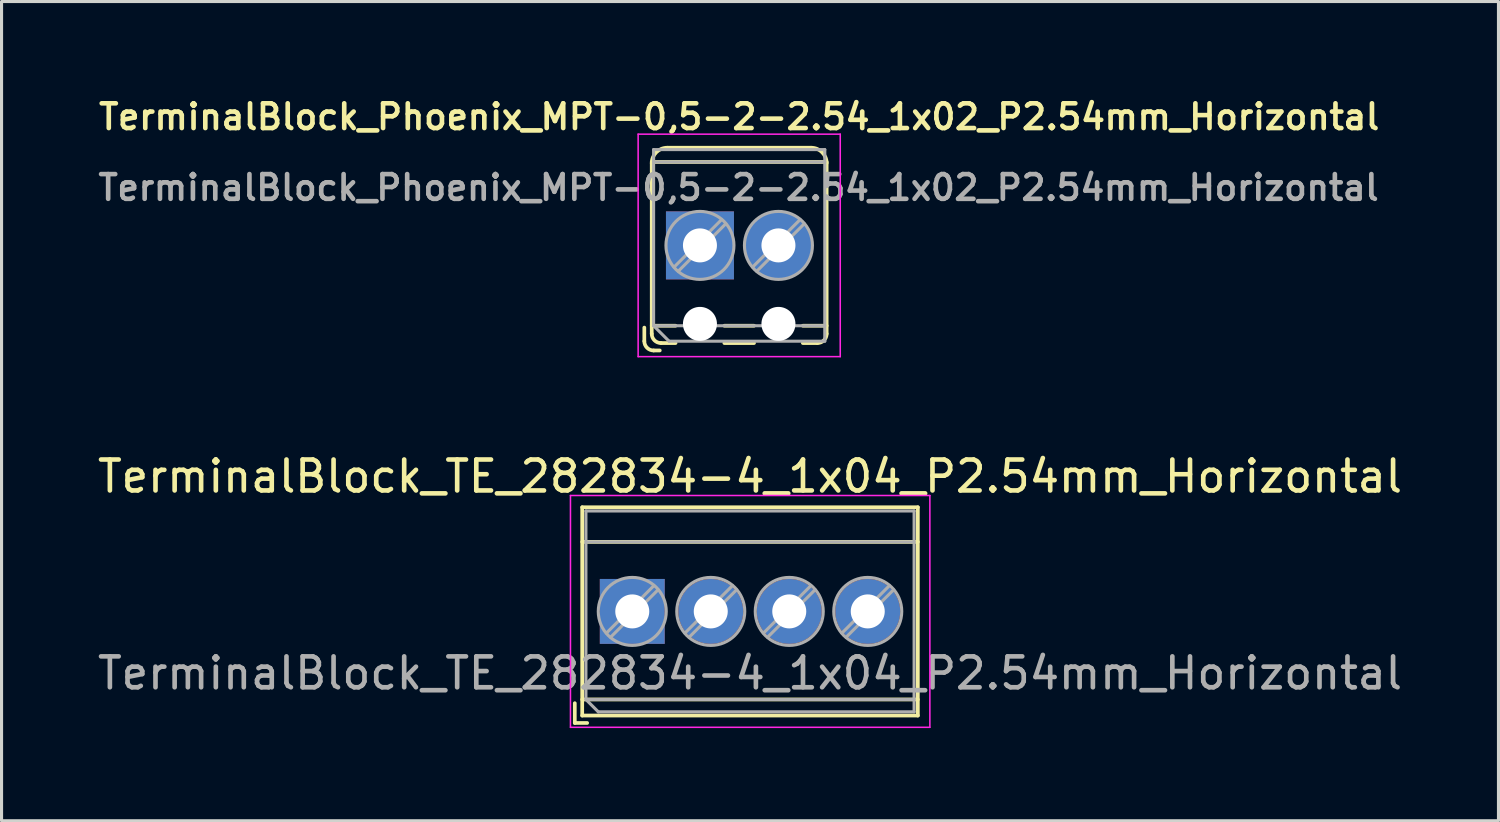
<source format=kicad_pcb>
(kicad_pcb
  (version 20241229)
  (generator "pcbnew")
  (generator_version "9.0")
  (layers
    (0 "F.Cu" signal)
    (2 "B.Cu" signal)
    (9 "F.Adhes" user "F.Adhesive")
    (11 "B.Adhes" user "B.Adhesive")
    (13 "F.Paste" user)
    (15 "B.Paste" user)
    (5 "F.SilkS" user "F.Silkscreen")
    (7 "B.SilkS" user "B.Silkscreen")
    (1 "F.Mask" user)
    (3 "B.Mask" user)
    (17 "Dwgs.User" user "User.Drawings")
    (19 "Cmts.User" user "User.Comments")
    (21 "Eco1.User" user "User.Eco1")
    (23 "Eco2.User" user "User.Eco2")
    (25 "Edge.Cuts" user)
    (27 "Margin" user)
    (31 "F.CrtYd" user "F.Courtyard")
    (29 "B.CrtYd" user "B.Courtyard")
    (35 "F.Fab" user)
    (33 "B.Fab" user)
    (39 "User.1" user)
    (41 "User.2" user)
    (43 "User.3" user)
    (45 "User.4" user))
  (footprint "TerminalBlock_Phoenix_MPT-0,5-2-2.54_1x02_P2.54mm_Horizontal"
    (layer "F.Cu")
    (at 19.6 4.891)
    (property "Reference" "TerminalBlock_Phoenix_MPT-0,5-2-2.54_1x02_P2.54mm_Horizontal" (at 1.27 -4.16 0) (layer "F.SilkS") (effects (font (size 0.8 0.8) (thickness 0.15))))
    (attr through_hole)
    (fp_line (start -1.8 2.66) (end -1.8 3.1) (stroke (width 0.12) (type solid)) (layer "F.SilkS"))
    (fp_line (start -1.56 -2.7) (end 4.1 -2.7) (stroke (width 0.12) (type solid)) (layer "F.SilkS"))
    (fp_line (start -1.56 -2.66) (end -1.56 2.86) (stroke (width 0.12) (type solid)) (layer "F.SilkS"))
    (fp_line (start -1.56 2.6) (end -0.79 2.6) (stroke (width 0.12) (type solid)) (layer "F.SilkS"))
    (fp_line (start -1.5 3.4) (end -1.3 3.4) (stroke (width 0.12) (type solid)) (layer "F.SilkS"))
    (fp_line (start -1.26 3.16) (end -0.79 3.16) (stroke (width 0.12) (type solid)) (layer "F.SilkS"))
    (fp_line (start -1.06 -3.16) (end 3.6 -3.16) (stroke (width 0.12) (type solid)) (layer "F.SilkS"))
    (fp_line (start 0.79 2.6) (end 1.75 2.6) (stroke (width 0.12) (type solid)) (layer "F.SilkS"))
    (fp_line (start 0.79 3.16) (end 1.75 3.16) (stroke (width 0.12) (type solid)) (layer "F.SilkS"))
    (fp_line (start 3.33 2.6) (end 4.1 2.6) (stroke (width 0.12) (type solid)) (layer "F.SilkS"))
    (fp_line (start 3.33 3.16) (end 3.8 3.16) (stroke (width 0.12) (type solid)) (layer "F.SilkS"))
    (fp_line (start 4.1 -2.66) (end 4.1 2.86) (stroke (width 0.12) (type solid)) (layer "F.SilkS"))
    (fp_arc (start -1.56 -2.66) (mid -1.413553 -3.013553) (end -1.06 -3.16) (stroke (width 0.12) (type default)) (layer "F.SilkS"))
    (fp_arc (start -1.5 3.4) (mid -1.712132 3.312132) (end -1.8 3.1) (stroke (width 0.12) (type default)) (layer "F.SilkS"))
    (fp_arc (start -1.26 3.16) (mid -1.472132 3.072132) (end -1.56 2.86) (stroke (width 0.12) (type default)) (layer "F.SilkS"))
    (fp_arc (start 3.6 -3.16) (mid 3.953553 -3.013553) (end 4.1 -2.66) (stroke (width 0.12) (type default)) (layer "F.SilkS"))
    (fp_arc (start 4.1 2.86) (mid 4.012132 3.072132) (end 3.8 3.16) (stroke (width 0.12) (type default)) (layer "F.SilkS"))
    (fp_line (start -2 -3.6) (end -2 3.6) (stroke (width 0.05) (type solid)) (layer "F.CrtYd"))
    (fp_line (start -2 3.6) (end 4.54 3.6) (stroke (width 0.05) (type solid)) (layer "F.CrtYd"))
    (fp_line (start 4.54 -3.6) (end -2 -3.6) (stroke (width 0.05) (type solid)) (layer "F.CrtYd"))
    (fp_line (start 4.54 3.6) (end 4.54 -3.6) (stroke (width 0.05) (type solid)) (layer "F.CrtYd"))
    (fp_line (start -1.5 -3.1) (end 4.04 -3.1) (stroke (width 0.1) (type solid)) (layer "F.Fab"))
    (fp_line (start -1.5 -2.7) (end 4.04 -2.7) (stroke (width 0.1) (type solid)) (layer "F.Fab"))
    (fp_line (start -1.5 2.6) (end -1.5 -3.1) (stroke (width 0.1) (type solid)) (layer "F.Fab"))
    (fp_line (start -1.5 2.6) (end 4.04 2.6) (stroke (width 0.1) (type solid)) (layer "F.Fab"))
    (fp_line (start -1 3.1) (end -1.5 2.6) (stroke (width 0.1) (type solid)) (layer "F.Fab"))
    (fp_line (start 0.701 -0.835) (end -0.835 0.7) (stroke (width 0.1) (type solid)) (layer "F.Fab"))
    (fp_line (start 0.835 -0.7) (end -0.701 0.835) (stroke (width 0.1) (type solid)) (layer "F.Fab"))
    (fp_line (start 3.241 -0.835) (end 1.706 0.7) (stroke (width 0.1) (type solid)) (layer "F.Fab"))
    (fp_line (start 3.375 -0.7) (end 1.84 0.835) (stroke (width 0.1) (type solid)) (layer "F.Fab"))
    (fp_line (start 4.04 -3.1) (end 4.04 3.1) (stroke (width 0.1) (type solid)) (layer "F.Fab"))
    (fp_line (start 4.04 3.1) (end -1 3.1) (stroke (width 0.1) (type solid)) (layer "F.Fab"))
    (fp_circle (center 0 0) (end 1.1 0) (stroke (width 0.1) (type solid)) (fill no) (layer "F.Fab"))
    (fp_circle (center 2.54 0) (end 3.64 0) (stroke (width 0.1) (type solid)) (fill no) (layer "F.Fab"))
    (fp_text user "${REFERENCE}" (at 1.25 -1.87 0) (layer "F.Fab") (effects (font (size 0.8 0.8) (thickness 0.15))))
    (pad "" np_thru_hole circle (at 0 2.54) (size 1.1 1.1) (drill 1.1) (layers "*.Cu" "*.Mask"))
    (pad "" np_thru_hole circle (at 2.54 2.54) (size 1.1 1.1) (drill 1.1) (layers "*.Cu" "*.Mask"))
    (pad "1" thru_hole rect (at 0 0) (size 2.2 2.2) (drill 1.1) (layers "*.Cu" "*.Mask"))
    (pad "2" thru_hole circle (at 2.54 0) (size 2.2 2.2) (drill 1.1) (layers "*.Cu" "*.Mask")))
  (footprint "TerminalBlock_TE_282834-4_1x04_P2.54mm_Horizontal"
    (layer "F.Cu")
    (at 17.41 16.735)
    (property "Reference" "TerminalBlock_TE_282834-4_1x04_P2.54mm_Horizontal" (at 3.81 -4.37 0) (layer "F.SilkS") (effects (font (size 1 1) (thickness 0.15))))
    (attr through_hole)
    (fp_line (start -1.86 2.97) (end -1.86 3.61) (stroke (width 0.12) (type solid)) (layer "F.SilkS"))
    (fp_line (start -1.86 3.61) (end -1.46 3.61) (stroke (width 0.12) (type solid)) (layer "F.SilkS"))
    (fp_line (start -1.62 -3.37) (end -1.62 3.37) (stroke (width 0.12) (type solid)) (layer "F.SilkS"))
    (fp_line (start -1.62 -3.37) (end 9.241 -3.37) (stroke (width 0.12) (type solid)) (layer "F.SilkS"))
    (fp_line (start -1.62 -2.25) (end 9.241 -2.25) (stroke (width 0.12) (type solid)) (layer "F.SilkS"))
    (fp_line (start -1.62 2.85) (end 9.241 2.85) (stroke (width 0.12) (type solid)) (layer "F.SilkS"))
    (fp_line (start -1.62 3.37) (end 9.241 3.37) (stroke (width 0.12) (type solid)) (layer "F.SilkS"))
    (fp_line (start 9.241 -3.37) (end 9.241 3.37) (stroke (width 0.12) (type solid)) (layer "F.SilkS"))
    (fp_line (start -2 -3.75) (end -2 3.75) (stroke (width 0.05) (type solid)) (layer "F.CrtYd"))
    (fp_line (start -2 3.75) (end 9.63 3.75) (stroke (width 0.05) (type solid)) (layer "F.CrtYd"))
    (fp_line (start 9.63 -3.75) (end -2 -3.75) (stroke (width 0.05) (type solid)) (layer "F.CrtYd"))
    (fp_line (start 9.63 3.75) (end 9.63 -3.75) (stroke (width 0.05) (type solid)) (layer "F.CrtYd"))
    (fp_line (start -1.5 -3.25) (end 9.12 -3.25) (stroke (width 0.1) (type solid)) (layer "F.Fab"))
    (fp_line (start -1.5 -2.25) (end 9.12 -2.25) (stroke (width 0.1) (type solid)) (layer "F.Fab"))
    (fp_line (start -1.5 2.85) (end -1.5 -3.25) (stroke (width 0.1) (type solid)) (layer "F.Fab"))
    (fp_line (start -1.5 2.85) (end 9.12 2.85) (stroke (width 0.1) (type solid)) (layer "F.Fab"))
    (fp_line (start -1.1 3.25) (end -1.5 2.85) (stroke (width 0.1) (type solid)) (layer "F.Fab"))
    (fp_line (start 0.701 -0.835) (end -0.835 0.7) (stroke (width 0.1) (type solid)) (layer "F.Fab"))
    (fp_line (start 0.835 -0.7) (end -0.701 0.835) (stroke (width 0.1) (type solid)) (layer "F.Fab"))
    (fp_line (start 3.241 -0.835) (end 1.706 0.7) (stroke (width 0.1) (type solid)) (layer "F.Fab"))
    (fp_line (start 3.375 -0.7) (end 1.84 0.835) (stroke (width 0.1) (type solid)) (layer "F.Fab"))
    (fp_line (start 5.781 -0.835) (end 4.246 0.7) (stroke (width 0.1) (type solid)) (layer "F.Fab"))
    (fp_line (start 5.915 -0.7) (end 4.38 0.835) (stroke (width 0.1) (type solid)) (layer "F.Fab"))
    (fp_line (start 8.321 -0.835) (end 6.786 0.7) (stroke (width 0.1) (type solid)) (layer "F.Fab"))
    (fp_line (start 8.455 -0.7) (end 6.92 0.835) (stroke (width 0.1) (type solid)) (layer "F.Fab"))
    (fp_line (start 9.12 -3.25) (end 9.12 3.25) (stroke (width 0.1) (type solid)) (layer "F.Fab"))
    (fp_line (start 9.12 3.25) (end -1.1 3.25) (stroke (width 0.1) (type solid)) (layer "F.Fab"))
    (fp_circle (center 0 0) (end 1.1 0) (stroke (width 0.1) (type solid)) (fill no) (layer "F.Fab"))
    (fp_circle (center 2.54 0) (end 3.64 0) (stroke (width 0.1) (type solid)) (fill no) (layer "F.Fab"))
    (fp_circle (center 5.08 0) (end 6.18 0) (stroke (width 0.1) (type solid)) (fill no) (layer "F.Fab"))
    (fp_circle (center 7.62 0) (end 8.72 0) (stroke (width 0.1) (type solid)) (fill no) (layer "F.Fab"))
    (fp_text user "${REFERENCE}" (at 3.81 2 0) (layer "F.Fab") (effects (font (size 1 1) (thickness 0.15))))
    (pad "1" thru_hole rect (at 0 0) (size 2.1 2.1) (drill 1.1) (layers "*.Cu" "*.Mask"))
    (pad "2" thru_hole circle (at 2.54 0) (size 2.1 2.1) (drill 1.1) (layers "*.Cu" "*.Mask"))
    (pad "3" thru_hole circle (at 5.08 0) (size 2.1 2.1) (drill 1.1) (layers "*.Cu" "*.Mask"))
    (pad "4" thru_hole circle (at 7.62 0) (size 2.1 2.1) (drill 1.1) (layers "*.Cu" "*.Mask")))
  (gr_rect
    (start -3 -3)
    (end 45.44 23.509)
    (stroke (width 0.1) (type default))
    (fill no)
    (layer "Edge.Cuts")))
</source>
